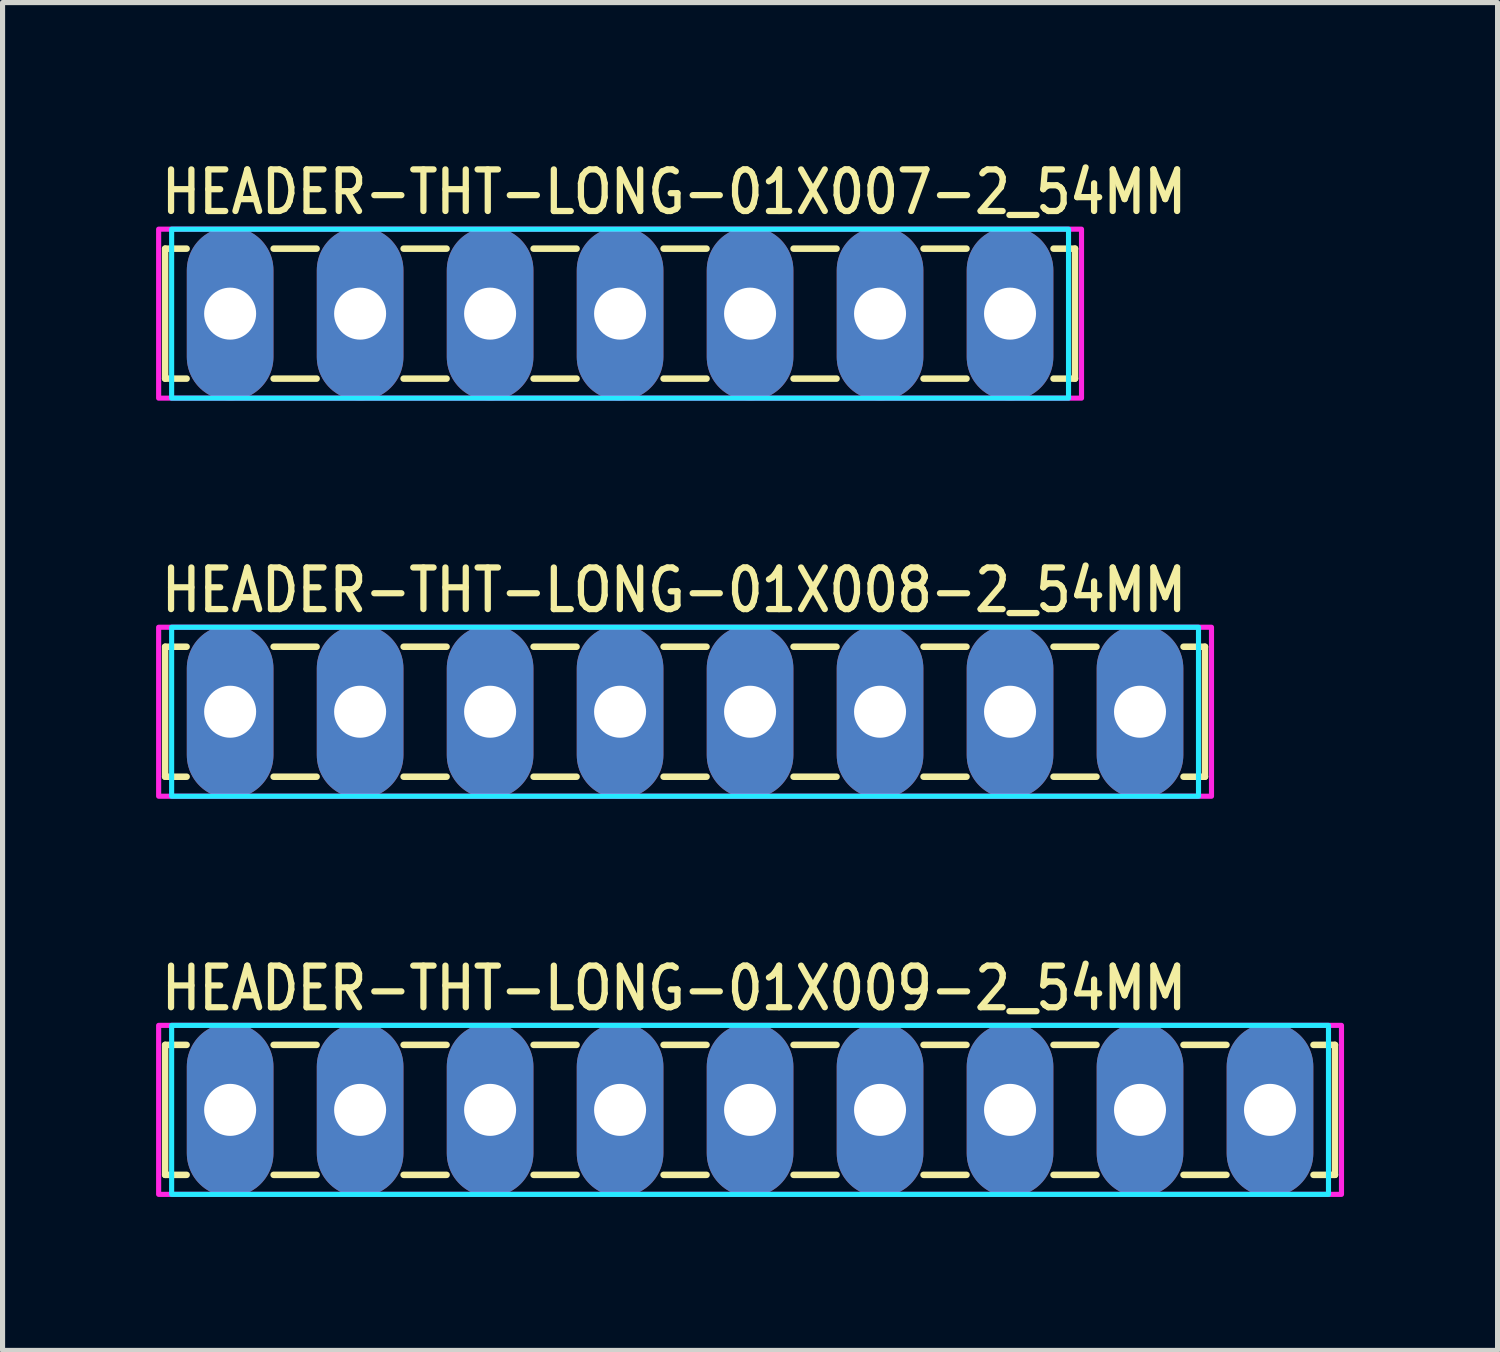
<source format=kicad_pcb>
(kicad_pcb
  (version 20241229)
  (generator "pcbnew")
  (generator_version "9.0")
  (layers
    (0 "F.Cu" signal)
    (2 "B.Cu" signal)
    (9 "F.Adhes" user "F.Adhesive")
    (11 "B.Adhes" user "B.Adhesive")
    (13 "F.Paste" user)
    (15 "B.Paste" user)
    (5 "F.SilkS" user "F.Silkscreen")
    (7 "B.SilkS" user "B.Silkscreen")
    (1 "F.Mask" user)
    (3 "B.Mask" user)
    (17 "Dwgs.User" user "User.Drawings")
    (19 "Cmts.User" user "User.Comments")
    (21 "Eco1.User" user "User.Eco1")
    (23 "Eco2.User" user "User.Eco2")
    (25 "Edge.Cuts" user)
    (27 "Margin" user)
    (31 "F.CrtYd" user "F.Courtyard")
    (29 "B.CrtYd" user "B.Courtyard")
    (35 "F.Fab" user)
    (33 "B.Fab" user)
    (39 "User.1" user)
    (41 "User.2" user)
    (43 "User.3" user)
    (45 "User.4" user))
  (footprint "HEADER-THT-LONG-01X007-2_54MM"
    (layer "F.Cu")
    (at 1.447 3.079)
    (property "Reference" "HEADER-THT-LONG-01X007-2_54MM" (at -1.4 -1.9 0) (unlocked yes) (layer "F.SilkS") (effects (font (size 0.813 0.695) (thickness 0.122)) (justify left bottom)))
    (fp_line (start -1.27 -1.27) (end -1.27 1.27) (stroke (width 0.127) (type solid)) (layer "F.SilkS"))
    (fp_line (start -1.27 1.27) (end -0.85 1.27) (stroke (width 0.127) (type solid)) (layer "F.SilkS"))
    (fp_line (start -0.85 -1.27) (end -1.27 -1.27) (stroke (width 0.127) (type solid)) (layer "F.SilkS"))
    (fp_line (start 0.85 -1.27) (end 1.69 -1.27) (stroke (width 0.127) (type solid)) (layer "F.SilkS"))
    (fp_line (start 0.85 1.27) (end 1.69 1.27) (stroke (width 0.127) (type solid)) (layer "F.SilkS"))
    (fp_line (start 3.39 -1.27) (end 4.23 -1.27) (stroke (width 0.127) (type solid)) (layer "F.SilkS"))
    (fp_line (start 3.39 1.27) (end 4.23 1.27) (stroke (width 0.127) (type solid)) (layer "F.SilkS"))
    (fp_line (start 5.93 -1.27) (end 6.77 -1.27) (stroke (width 0.127) (type solid)) (layer "F.SilkS"))
    (fp_line (start 5.93 1.27) (end 6.77 1.27) (stroke (width 0.127) (type solid)) (layer "F.SilkS"))
    (fp_line (start 8.47 -1.27) (end 9.31 -1.27) (stroke (width 0.127) (type solid)) (layer "F.SilkS"))
    (fp_line (start 8.47 1.27) (end 9.31 1.27) (stroke (width 0.127) (type solid)) (layer "F.SilkS"))
    (fp_line (start 11.01 -1.27) (end 11.85 -1.27) (stroke (width 0.127) (type solid)) (layer "F.SilkS"))
    (fp_line (start 11.01 1.27) (end 11.85 1.27) (stroke (width 0.127) (type solid)) (layer "F.SilkS"))
    (fp_line (start 13.55 -1.27) (end 14.39 -1.27) (stroke (width 0.127) (type solid)) (layer "F.SilkS"))
    (fp_line (start 13.55 1.27) (end 14.39 1.27) (stroke (width 0.127) (type solid)) (layer "F.SilkS"))
    (fp_line (start 16.09 -1.27) (end 16.51 -1.27) (stroke (width 0.127) (type solid)) (layer "F.SilkS"))
    (fp_line (start 16.51 -1.27) (end 16.51 1.27) (stroke (width 0.127) (type solid)) (layer "F.SilkS"))
    (fp_line (start 16.51 1.27) (end 16.09 1.27) (stroke (width 0.127) (type solid)) (layer "F.SilkS"))
    (fp_poly (pts (xy -1.143 -1.651) (xy 16.383 -1.651) (xy 16.383 1.651) (xy -1.143 1.651)) (stroke (width 0.1) (type solid)) (fill no) (layer "B.CrtYd"))
    (fp_poly (pts (xy -1.397 -1.651) (xy 16.637 -1.651) (xy 16.637 1.651) (xy -1.397 1.651)) (stroke (width 0.1) (type solid)) (fill no) (layer "F.CrtYd"))
    (pad "1" thru_hole oval (at 0 0 90) (size 3.387 1.693) (drill 1.016) (layers "*.Cu" "*.Mask"))
    (pad "2" thru_hole oval (at 2.54 0 90) (size 3.387 1.693) (drill 1.016) (layers "*.Cu" "*.Mask"))
    (pad "3" thru_hole oval (at 5.08 0 90) (size 3.387 1.693) (drill 1.016) (layers "*.Cu" "*.Mask"))
    (pad "4" thru_hole oval (at 7.62 0 90) (size 3.387 1.693) (drill 1.016) (layers "*.Cu" "*.Mask"))
    (pad "5" thru_hole oval (at 10.16 0 90) (size 3.387 1.693) (drill 1.016) (layers "*.Cu" "*.Mask"))
    (pad "6" thru_hole oval (at 12.7 0 90) (size 3.387 1.693) (drill 1.016) (layers "*.Cu" "*.Mask"))
    (pad "7" thru_hole oval (at 15.24 0 90) (size 3.387 1.693) (drill 1.016) (layers "*.Cu" "*.Mask")))
  (footprint "HEADER-THT-LONG-01X009-2_54MM"
    (layer "F.Cu")
    (at 1.447 18.638)
    (property "Reference" "HEADER-THT-LONG-01X009-2_54MM" (at -1.4 -1.9 0) (unlocked yes) (layer "F.SilkS") (effects (font (size 0.813 0.695) (thickness 0.122)) (justify left bottom)))
    (fp_line (start -1.27 -1.27) (end -1.27 1.27) (stroke (width 0.127) (type solid)) (layer "F.SilkS"))
    (fp_line (start -1.27 1.27) (end -0.85 1.27) (stroke (width 0.127) (type solid)) (layer "F.SilkS"))
    (fp_line (start -0.85 -1.27) (end -1.27 -1.27) (stroke (width 0.127) (type solid)) (layer "F.SilkS"))
    (fp_line (start 0.85 -1.27) (end 1.69 -1.27) (stroke (width 0.127) (type solid)) (layer "F.SilkS"))
    (fp_line (start 0.85 1.27) (end 1.69 1.27) (stroke (width 0.127) (type solid)) (layer "F.SilkS"))
    (fp_line (start 3.39 -1.27) (end 4.23 -1.27) (stroke (width 0.127) (type solid)) (layer "F.SilkS"))
    (fp_line (start 3.39 1.27) (end 4.23 1.27) (stroke (width 0.127) (type solid)) (layer "F.SilkS"))
    (fp_line (start 5.93 -1.27) (end 6.77 -1.27) (stroke (width 0.127) (type solid)) (layer "F.SilkS"))
    (fp_line (start 5.93 1.27) (end 6.77 1.27) (stroke (width 0.127) (type solid)) (layer "F.SilkS"))
    (fp_line (start 8.47 -1.27) (end 9.31 -1.27) (stroke (width 0.127) (type solid)) (layer "F.SilkS"))
    (fp_line (start 8.47 1.27) (end 9.31 1.27) (stroke (width 0.127) (type solid)) (layer "F.SilkS"))
    (fp_line (start 11.01 -1.27) (end 11.85 -1.27) (stroke (width 0.127) (type solid)) (layer "F.SilkS"))
    (fp_line (start 11.01 1.27) (end 11.85 1.27) (stroke (width 0.127) (type solid)) (layer "F.SilkS"))
    (fp_line (start 13.55 -1.27) (end 14.39 -1.27) (stroke (width 0.127) (type solid)) (layer "F.SilkS"))
    (fp_line (start 13.55 1.27) (end 14.39 1.27) (stroke (width 0.127) (type solid)) (layer "F.SilkS"))
    (fp_line (start 16.09 -1.27) (end 16.93 -1.27) (stroke (width 0.127) (type solid)) (layer "F.SilkS"))
    (fp_line (start 16.09 1.27) (end 16.93 1.27) (stroke (width 0.127) (type solid)) (layer "F.SilkS"))
    (fp_line (start 18.63 -1.27) (end 19.47 -1.27) (stroke (width 0.127) (type solid)) (layer "F.SilkS"))
    (fp_line (start 18.63 1.27) (end 19.47 1.27) (stroke (width 0.127) (type solid)) (layer "F.SilkS"))
    (fp_line (start 21.17 -1.27) (end 21.59 -1.27) (stroke (width 0.127) (type solid)) (layer "F.SilkS"))
    (fp_line (start 21.59 -1.27) (end 21.59 1.27) (stroke (width 0.127) (type solid)) (layer "F.SilkS"))
    (fp_line (start 21.59 1.27) (end 21.17 1.27) (stroke (width 0.127) (type solid)) (layer "F.SilkS"))
    (fp_poly (pts (xy -1.143 -1.651) (xy 21.463 -1.651) (xy 21.463 1.651) (xy -1.143 1.651)) (stroke (width 0.1) (type solid)) (fill no) (layer "B.CrtYd"))
    (fp_poly (pts (xy -1.397 -1.651) (xy 21.717 -1.651) (xy 21.717 1.651) (xy -1.397 1.651)) (stroke (width 0.1) (type solid)) (fill no) (layer "F.CrtYd"))
    (pad "P$1" thru_hole oval (at 0 0 90) (size 3.387 1.693) (drill 1.016) (layers "*.Cu" "*.Mask"))
    (pad "P$2" thru_hole oval (at 2.54 0 90) (size 3.387 1.693) (drill 1.016) (layers "*.Cu" "*.Mask"))
    (pad "P$3" thru_hole oval (at 5.08 0 90) (size 3.387 1.693) (drill 1.016) (layers "*.Cu" "*.Mask"))
    (pad "P$4" thru_hole oval (at 7.62 0 90) (size 3.387 1.693) (drill 1.016) (layers "*.Cu" "*.Mask"))
    (pad "P$5" thru_hole oval (at 10.16 0 90) (size 3.387 1.693) (drill 1.016) (layers "*.Cu" "*.Mask"))
    (pad "P$6" thru_hole oval (at 12.7 0 90) (size 3.387 1.693) (drill 1.016) (layers "*.Cu" "*.Mask"))
    (pad "P$7" thru_hole oval (at 15.24 0 90) (size 3.387 1.693) (drill 1.016) (layers "*.Cu" "*.Mask"))
    (pad "P$8" thru_hole oval (at 17.78 0 90) (size 3.387 1.693) (drill 1.016) (layers "*.Cu" "*.Mask"))
    (pad "P$9" thru_hole oval (at 20.32 0 90) (size 3.387 1.693) (drill 1.016) (layers "*.Cu" "*.Mask")))
  (footprint "HEADER-THT-LONG-01X008-2_54MM"
    (layer "F.Cu")
    (at 1.447 10.858)
    (property "Reference" "HEADER-THT-LONG-01X008-2_54MM" (at -1.4 -1.9 0) (unlocked yes) (layer "F.SilkS") (effects (font (size 0.813 0.695) (thickness 0.122)) (justify left bottom)))
    (fp_line (start -1.27 -1.27) (end -1.27 1.27) (stroke (width 0.127) (type solid)) (layer "F.SilkS"))
    (fp_line (start -1.27 1.27) (end -0.85 1.27) (stroke (width 0.127) (type solid)) (layer "F.SilkS"))
    (fp_line (start -0.85 -1.27) (end -1.27 -1.27) (stroke (width 0.127) (type solid)) (layer "F.SilkS"))
    (fp_line (start 0.85 -1.27) (end 1.69 -1.27) (stroke (width 0.127) (type solid)) (layer "F.SilkS"))
    (fp_line (start 0.85 1.27) (end 1.69 1.27) (stroke (width 0.127) (type solid)) (layer "F.SilkS"))
    (fp_line (start 3.39 -1.27) (end 4.23 -1.27) (stroke (width 0.127) (type solid)) (layer "F.SilkS"))
    (fp_line (start 3.39 1.27) (end 4.23 1.27) (stroke (width 0.127) (type solid)) (layer "F.SilkS"))
    (fp_line (start 5.93 -1.27) (end 6.77 -1.27) (stroke (width 0.127) (type solid)) (layer "F.SilkS"))
    (fp_line (start 5.93 1.27) (end 6.77 1.27) (stroke (width 0.127) (type solid)) (layer "F.SilkS"))
    (fp_line (start 8.47 -1.27) (end 9.31 -1.27) (stroke (width 0.127) (type solid)) (layer "F.SilkS"))
    (fp_line (start 8.47 1.27) (end 9.31 1.27) (stroke (width 0.127) (type solid)) (layer "F.SilkS"))
    (fp_line (start 11.01 -1.27) (end 11.85 -1.27) (stroke (width 0.127) (type solid)) (layer "F.SilkS"))
    (fp_line (start 11.01 1.27) (end 11.85 1.27) (stroke (width 0.127) (type solid)) (layer "F.SilkS"))
    (fp_line (start 13.55 -1.27) (end 14.39 -1.27) (stroke (width 0.127) (type solid)) (layer "F.SilkS"))
    (fp_line (start 13.55 1.27) (end 14.39 1.27) (stroke (width 0.127) (type solid)) (layer "F.SilkS"))
    (fp_line (start 16.09 -1.27) (end 16.93 -1.27) (stroke (width 0.127) (type solid)) (layer "F.SilkS"))
    (fp_line (start 16.09 1.27) (end 16.93 1.27) (stroke (width 0.127) (type solid)) (layer "F.SilkS"))
    (fp_line (start 18.63 -1.27) (end 19.05 -1.27) (stroke (width 0.127) (type solid)) (layer "F.SilkS"))
    (fp_line (start 19.05 -1.27) (end 19.05 1.27) (stroke (width 0.127) (type solid)) (layer "F.SilkS"))
    (fp_line (start 19.05 1.27) (end 18.63 1.27) (stroke (width 0.127) (type solid)) (layer "F.SilkS"))
    (fp_poly (pts (xy -1.143 -1.651) (xy 18.923 -1.651) (xy 18.923 1.651) (xy -1.143 1.651)) (stroke (width 0.1) (type solid)) (fill no) (layer "B.CrtYd"))
    (fp_poly (pts (xy -1.397 -1.651) (xy 19.177 -1.651) (xy 19.177 1.651) (xy -1.397 1.651)) (stroke (width 0.1) (type solid)) (fill no) (layer "F.CrtYd"))
    (pad "1" thru_hole oval (at 0 0 90) (size 3.387 1.693) (drill 1.016) (layers "*.Cu" "*.Mask"))
    (pad "2" thru_hole oval (at 2.54 0 90) (size 3.387 1.693) (drill 1.016) (layers "*.Cu" "*.Mask"))
    (pad "3" thru_hole oval (at 5.08 0 90) (size 3.387 1.693) (drill 1.016) (layers "*.Cu" "*.Mask"))
    (pad "4" thru_hole oval (at 7.62 0 90) (size 3.387 1.693) (drill 1.016) (layers "*.Cu" "*.Mask"))
    (pad "5" thru_hole oval (at 10.16 0 90) (size 3.387 1.693) (drill 1.016) (layers "*.Cu" "*.Mask"))
    (pad "6" thru_hole oval (at 12.7 0 90) (size 3.387 1.693) (drill 1.016) (layers "*.Cu" "*.Mask"))
    (pad "7" thru_hole oval (at 15.24 0 90) (size 3.387 1.693) (drill 1.016) (layers "*.Cu" "*.Mask"))
    (pad "8" thru_hole oval (at 17.78 0 90) (size 3.387 1.693) (drill 1.016) (layers "*.Cu" "*.Mask")))
  (gr_rect
    (start -3 -3)
    (end 26.214 23.339)
    (stroke (width 0.1) (type default))
    (fill no)
    (layer "Edge.Cuts")))
</source>
